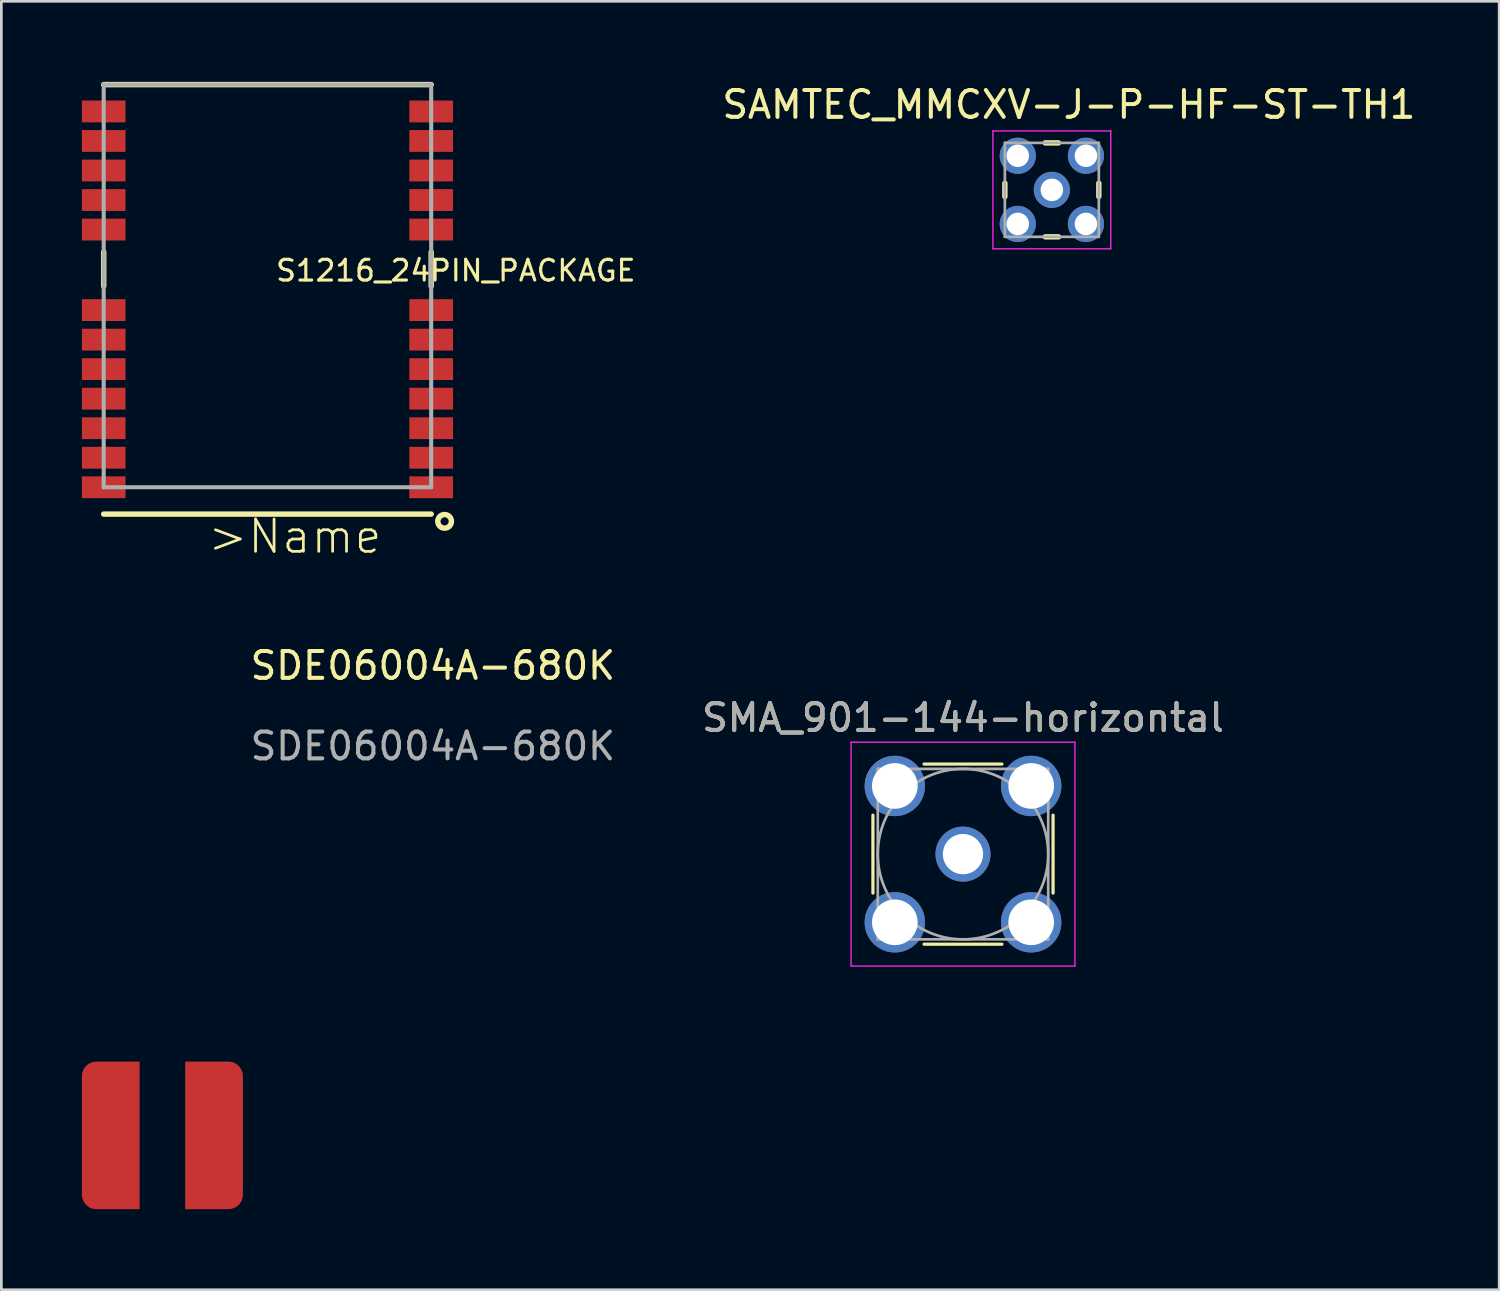
<source format=kicad_pcb>
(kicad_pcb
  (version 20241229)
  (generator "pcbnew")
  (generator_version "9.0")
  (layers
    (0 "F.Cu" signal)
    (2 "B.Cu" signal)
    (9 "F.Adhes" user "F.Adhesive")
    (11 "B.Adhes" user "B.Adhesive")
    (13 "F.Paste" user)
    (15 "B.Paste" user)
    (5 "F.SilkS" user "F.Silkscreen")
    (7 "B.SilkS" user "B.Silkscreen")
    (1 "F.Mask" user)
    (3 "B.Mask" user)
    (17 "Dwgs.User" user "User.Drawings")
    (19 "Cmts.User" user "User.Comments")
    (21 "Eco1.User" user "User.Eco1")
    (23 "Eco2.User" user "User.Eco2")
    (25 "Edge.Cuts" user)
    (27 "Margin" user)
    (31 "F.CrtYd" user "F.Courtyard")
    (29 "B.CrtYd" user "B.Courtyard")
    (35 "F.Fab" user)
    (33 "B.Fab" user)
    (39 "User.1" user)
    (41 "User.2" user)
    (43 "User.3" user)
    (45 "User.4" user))
  (footprint "S1216_24PIN_PACKAGE"
    (layer "F.Cu")
    (at 7.163 7.482)
    (property "Reference" "S1216_24PIN_PACKAGE" (at 0 0 180) (layer "F.SilkS") (effects (font (size 0.772 0.772) (thickness 0.116)) (justify left bottom)))
    (attr through_hole)
    (fp_line (start -6.35 -1.143) (end -6.35 0.127) (stroke (width 0.203) (type solid)) (layer "F.SilkS"))
    (fp_line (start -6.35 8.62) (end 5.85 8.62) (stroke (width 0.203) (type solid)) (layer "F.SilkS"))
    (fp_line (start 5.85 -7.38) (end -6.35 -7.38) (stroke (width 0.203) (type solid)) (layer "F.SilkS"))
    (fp_line (start 5.85 0.127) (end 5.85 -1.143) (stroke (width 0.203) (type solid)) (layer "F.SilkS"))
    (fp_circle (center 6.35 8.89) (end 6.604 8.89) (stroke (width 0.203) (type solid)) (fill no) (layer "F.SilkS"))
    (fp_line (start -6.35 -7.38) (end -6.35 7.62) (stroke (width 0.152) (type solid)) (layer "F.Fab"))
    (fp_line (start -6.35 7.62) (end 5.85 7.62) (stroke (width 0.152) (type solid)) (layer "F.Fab"))
    (fp_line (start 5.85 -7.38) (end -6.35 -7.38) (stroke (width 0.152) (type solid)) (layer "F.Fab"))
    (fp_line (start 5.85 7.62) (end 5.85 -7.38) (stroke (width 0.152) (type solid)) (layer "F.Fab"))
    (fp_text user ">Name" (at -2.54 10.16 0) (layer "F.SilkS") (effects (font (size 1.206 1.206) (thickness 0.102)) (justify left bottom)))
    (pad "1" smd rect (at 5.85 7.62 90) (size 0.813 1.626) (layers "F.Cu" "F.Mask" "F.Paste"))
    (pad "2" smd rect (at 5.85 6.52 90) (size 0.813 1.626) (layers "F.Cu" "F.Mask" "F.Paste"))
    (pad "3" smd rect (at 5.85 5.42 90) (size 0.813 1.626) (layers "F.Cu" "F.Mask" "F.Paste"))
    (pad "4" smd rect (at 5.85 4.32 90) (size 0.813 1.626) (layers "F.Cu" "F.Mask" "F.Paste"))
    (pad "5" smd rect (at 5.85 3.22 90) (size 0.813 1.626) (layers "F.Cu" "F.Mask" "F.Paste"))
    (pad "6" smd rect (at 5.85 2.12 90) (size 0.813 1.626) (layers "F.Cu" "F.Mask" "F.Paste"))
    (pad "7" smd rect (at 5.85 1.02 90) (size 0.813 1.626) (layers "F.Cu" "F.Mask" "F.Paste"))
    (pad "8" smd rect (at 5.85 -1.98 90) (size 0.813 1.626) (layers "F.Cu" "F.Mask" "F.Paste"))
    (pad "9" smd rect (at 5.85 -3.08 90) (size 0.813 1.626) (layers "F.Cu" "F.Mask" "F.Paste"))
    (pad "10" smd rect (at 5.85 -4.18 90) (size 0.813 1.626) (layers "F.Cu" "F.Mask" "F.Paste"))
    (pad "11" smd rect (at 5.85 -5.28 90) (size 0.813 1.626) (layers "F.Cu" "F.Mask" "F.Paste"))
    (pad "12" smd rect (at 5.85 -6.38 90) (size 0.813 1.626) (layers "F.Cu" "F.Mask" "F.Paste"))
    (pad "13" smd rect (at -6.35 -6.38 90) (size 0.813 1.626) (layers "F.Cu" "F.Mask" "F.Paste"))
    (pad "14" smd rect (at -6.35 -5.28 90) (size 0.813 1.626) (layers "F.Cu" "F.Mask" "F.Paste"))
    (pad "15" smd rect (at -6.35 -4.18 90) (size 0.813 1.626) (layers "F.Cu" "F.Mask" "F.Paste"))
    (pad "16" smd rect (at -6.35 -3.08 90) (size 0.813 1.626) (layers "F.Cu" "F.Mask" "F.Paste"))
    (pad "17" smd rect (at -6.35 -1.98 90) (size 0.813 1.626) (layers "F.Cu" "F.Mask" "F.Paste"))
    (pad "18" smd rect (at -6.35 1.02 90) (size 0.813 1.626) (layers "F.Cu" "F.Mask" "F.Paste"))
    (pad "19" smd rect (at -6.35 2.12 90) (size 0.813 1.626) (layers "F.Cu" "F.Mask" "F.Paste"))
    (pad "20" smd rect (at -6.35 3.22 90) (size 0.813 1.626) (layers "F.Cu" "F.Mask" "F.Paste"))
    (pad "21" smd rect (at -6.35 4.32 90) (size 0.813 1.626) (layers "F.Cu" "F.Mask" "F.Paste"))
    (pad "22" smd rect (at -6.35 5.42 90) (size 0.813 1.626) (layers "F.Cu" "F.Mask" "F.Paste"))
    (pad "23" smd rect (at -6.35 6.52 90) (size 0.813 1.626) (layers "F.Cu" "F.Mask" "F.Paste"))
    (pad "24" smd rect (at -6.35 7.62 90) (size 0.813 1.626) (layers "F.Cu" "F.Mask" "F.Paste")))
  (footprint "SMA_901-144-horizontal"
    (layer "F.Cu")
    (at 32.825 21.149)
    (property "Reference" "SMA_901-144-horizontal" (at 0 2.54 0) (layer "F.SilkS") (effects (font (size 1 1) (thickness 0.15))))
    (attr through_hole)
    (fp_line (start -3.355 6.17) (end -3.355 9.07) (stroke (width 0.12) (type solid)) (layer "F.SilkS"))
    (fp_line (start -1.45 4.265) (end 1.45 4.265) (stroke (width 0.12) (type solid)) (layer "F.SilkS"))
    (fp_line (start -1.45 10.975) (end 1.45 10.975) (stroke (width 0.12) (type solid)) (layer "F.SilkS"))
    (fp_line (start 3.355 6.17) (end 3.355 9.07) (stroke (width 0.12) (type solid)) (layer "F.SilkS"))
    (fp_line (start -4.17 3.45) (end -4.17 11.79) (stroke (width 0.05) (type solid)) (layer "F.CrtYd"))
    (fp_line (start -4.17 3.45) (end 4.17 3.45) (stroke (width 0.05) (type solid)) (layer "F.CrtYd"))
    (fp_line (start 4.17 11.79) (end -4.17 11.79) (stroke (width 0.05) (type solid)) (layer "F.CrtYd"))
    (fp_line (start 4.17 11.79) (end 4.17 3.45) (stroke (width 0.05) (type solid)) (layer "F.CrtYd"))
    (fp_line (start -3.175 4.445) (end -3.175 10.795) (stroke (width 0.1) (type solid)) (layer "F.Fab"))
    (fp_line (start -3.175 4.445) (end 3.175 4.445) (stroke (width 0.1) (type solid)) (layer "F.Fab"))
    (fp_line (start -3.175 10.795) (end 3.175 10.795) (stroke (width 0.1) (type solid)) (layer "F.Fab"))
    (fp_line (start 3.175 4.445) (end 3.175 10.795) (stroke (width 0.1) (type solid)) (layer "F.Fab"))
    (fp_circle (center 0 7.62) (end 3.175 7.62) (stroke (width 0.1) (type solid)) (fill no) (layer "F.Fab"))
    (fp_text user "${REFERENCE}" (at 0 2.54 0) (layer "F.Fab") (effects (font (size 1 1) (thickness 0.15))))
    (pad "1" thru_hole circle (at 0 7.62) (size 2.05 2.05) (drill 1.5) (layers "*.Cu" "*.Mask"))
    (pad "2" thru_hole circle (at -2.54 5.08) (size 2.25 2.25) (drill 1.7) (layers "*.Cu" "*.Mask"))
    (pad "2" thru_hole circle (at -2.54 10.16) (size 2.25 2.25) (drill 1.7) (layers "*.Cu" "*.Mask"))
    (pad "2" thru_hole circle (at 2.54 5.08) (size 2.25 2.25) (drill 1.7) (layers "*.Cu" "*.Mask"))
    (pad "2" thru_hole circle (at 2.54 10.16) (size 2.25 2.25) (drill 1.7) (layers "*.Cu" "*.Mask")))
  (footprint "SAMTEC_MMCXV-J-P-HF-ST-TH1"
    (layer "F.Cu")
    (at 36.135 4.023)
    (property "Reference" "SAMTEC_MMCXV-J-P-HF-ST-TH1" (at 0.635 -3.175 0) (layer "F.SilkS") (effects (font (size 1 1) (thickness 0.15))))
    (attr through_hole)
    (fp_line (start -1.75 -0.25) (end -1.75 0.25) (stroke (width 0.2) (type solid)) (layer "F.SilkS"))
    (fp_line (start -0.25 -1.75) (end 0.25 -1.75) (stroke (width 0.2) (type solid)) (layer "F.SilkS"))
    (fp_line (start -0.25 1.75) (end 0.25 1.75) (stroke (width 0.2) (type solid)) (layer "F.SilkS"))
    (fp_line (start 1.75 -0.25) (end 1.75 0.25) (stroke (width 0.2) (type solid)) (layer "F.SilkS"))
    (fp_line (start -2.195 -2.195) (end 2.195 -2.195) (stroke (width 0.05) (type solid)) (layer "F.CrtYd"))
    (fp_line (start -2.195 2.195) (end -2.195 -2.195) (stroke (width 0.05) (type solid)) (layer "F.CrtYd"))
    (fp_line (start 2.195 -2.195) (end 2.195 2.195) (stroke (width 0.05) (type solid)) (layer "F.CrtYd"))
    (fp_line (start 2.195 2.195) (end -2.195 2.195) (stroke (width 0.05) (type solid)) (layer "F.CrtYd"))
    (fp_line (start -1.75 -1.75) (end 1.75 -1.75) (stroke (width 0.1) (type solid)) (layer "F.Fab"))
    (fp_line (start -1.75 1.75) (end -1.75 -1.75) (stroke (width 0.1) (type solid)) (layer "F.Fab"))
    (fp_line (start -1.75 1.75) (end 1.75 1.75) (stroke (width 0.1) (type solid)) (layer "F.Fab"))
    (fp_line (start 1.75 -1.75) (end 1.75 1.75) (stroke (width 0.1) (type solid)) (layer "F.Fab"))
    (pad "1" thru_hole circle (at 0 0) (size 1.348 1.348) (drill 0.84) (layers "*.Cu" "*.Mask"))
    (pad "S1" thru_hole circle (at -1.27 -1.27) (size 1.348 1.348) (drill 0.84) (layers "*.Cu" "*.Mask"))
    (pad "S2" thru_hole circle (at 1.27 -1.27) (size 1.348 1.348) (drill 0.84) (layers "*.Cu" "*.Mask"))
    (pad "S3" thru_hole circle (at 1.27 1.27) (size 1.348 1.348) (drill 0.84) (layers "*.Cu" "*.Mask"))
    (pad "S4" thru_hole circle (at -1.27 1.27) (size 1.348 1.348) (drill 0.84) (layers "*.Cu" "*.Mask")))
  (footprint "SDE06004A-680K"
    (layer "F.Cu")
    (at 13.075 22.247)
    (property "Reference" "SDE06004A-680K" (at 0 -0.5 0) (unlocked yes) (layer "F.SilkS") (effects (font (size 1 1) (thickness 0.15))))
    (attr smd)
    (fp_text user "${REFERENCE}" (at 0 2.5 0) (unlocked yes) (layer "F.Fab") (effects (font (size 1 1) (thickness 0.15))))
    (pad "1" smd roundrect (at -12 17) (size 2.15 5.5) (layers "F.Cu" "F.Mask" "F.Paste") (roundrect_rratio 0.25) (chamfer_ratio 0) (chamfer top_right bottom_right))
    (pad "2" smd roundrect (at -8.15 17) (size 2.15 5.5) (layers "F.Cu" "F.Mask" "F.Paste") (roundrect_rratio 0.25) (chamfer_ratio 0) (chamfer top_left bottom_left)))
  (gr_rect
    (start -3 -3)
    (end 52.799 44.997)
    (stroke (width 0.1) (type default))
    (fill no)
    (layer "Edge.Cuts")))
</source>
